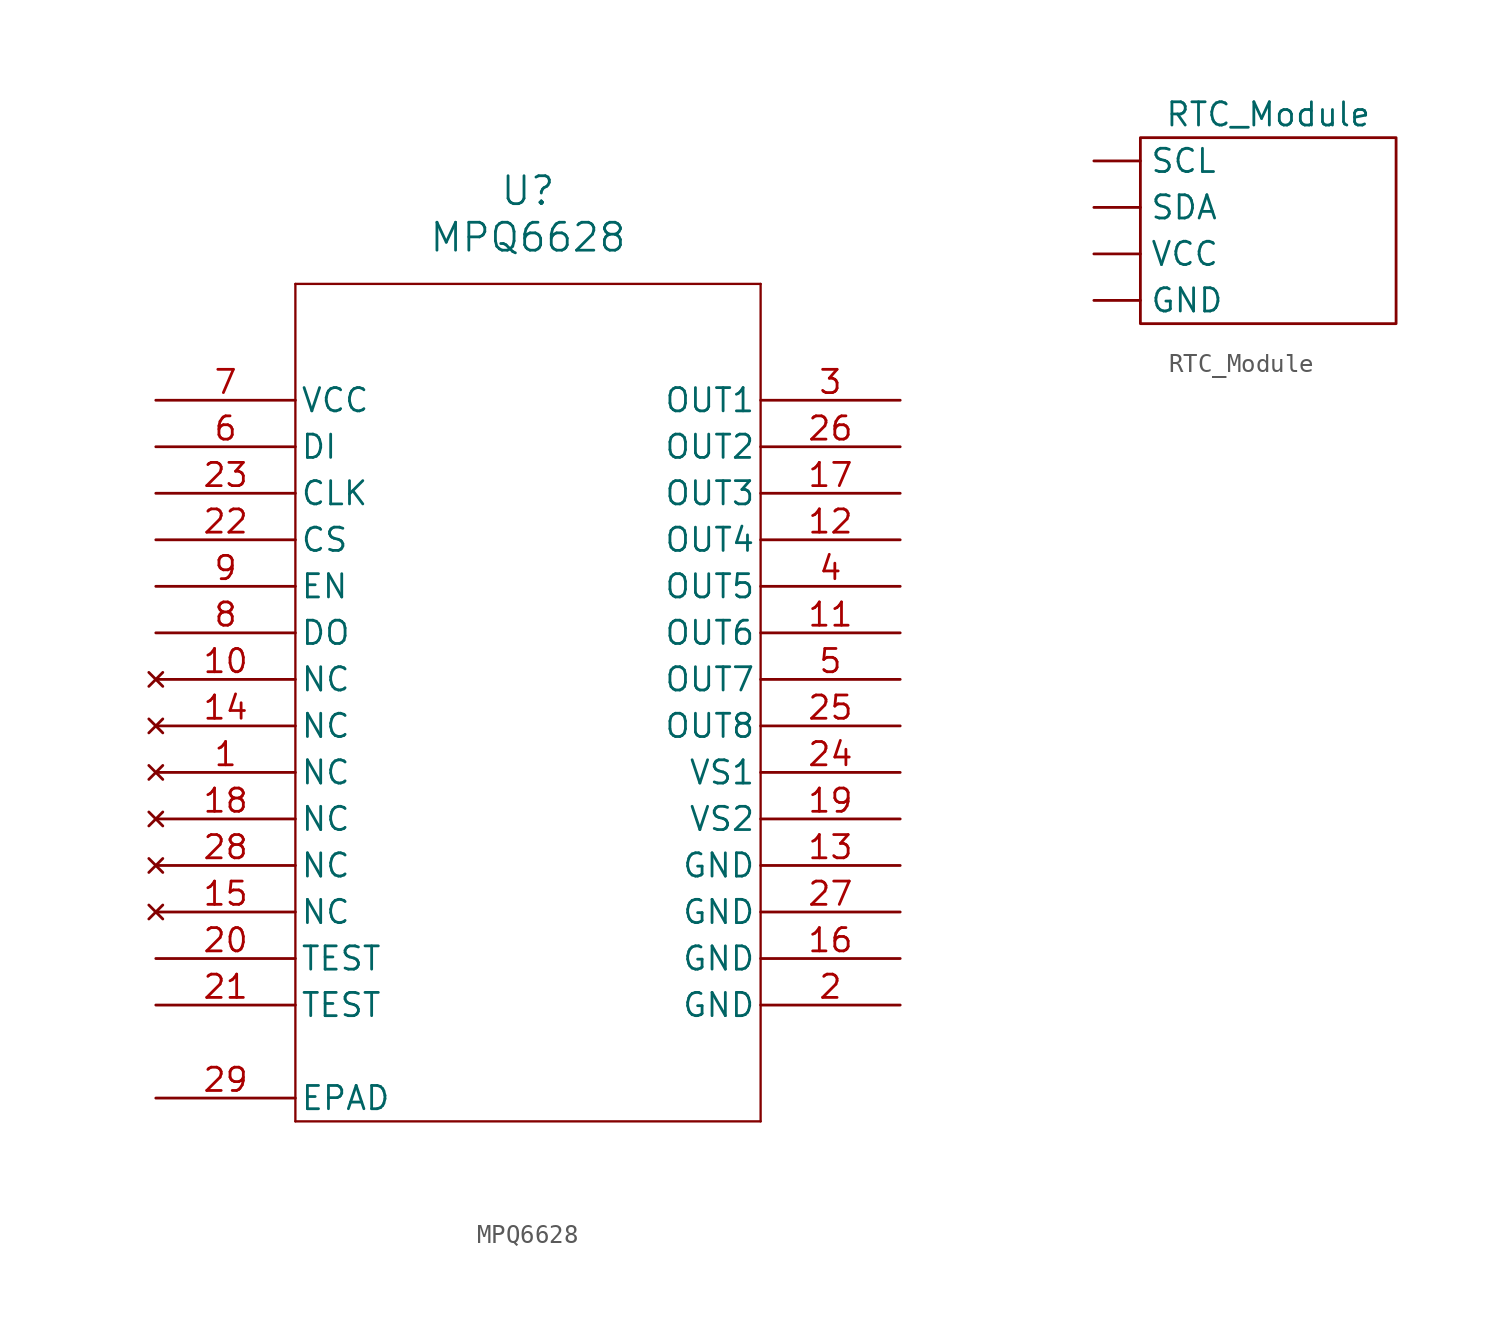
<source format=kicad_sym>
(kicad_symbol_lib
  (version 20220914)
  (generator kicad_symbol_editor)
  (symbol "MPQ6628"
    (pin_names
      (offset 0.254))
    (property "Reference" "U"
      (at 20.32 10.16 0)
      (effects (font (size 1.524 1.524))))
    (property "Value" "MPQ6628"
      (at 20.32 7.62 0)
      (effects (font (size 1.524 1.524))))
    (property "ki_locked" ""
      (at 0 0 0)
      (effects (font (size 1.27 1.27))))
    (symbol "MPQ6628_0_1"
      (polyline (pts (xy 7.62 -40.64) (xy 33.02 -40.64)) (stroke (width 0.127) (type default)) (fill (type none)))
      (polyline (pts (xy 7.62 5.08) (xy 7.62 -40.64)) (stroke (width 0.127) (type default)) (fill (type none)))
      (polyline (pts (xy 33.02 -40.64) (xy 33.02 5.08)) (stroke (width 0.127) (type default)) (fill (type none)))
      (polyline (pts (xy 33.02 5.08) (xy 7.62 5.08)) (stroke (width 0.127) (type default)) (fill (type none)))
      (pin no_connect line (at 0 -21.59 0) (length 7.62) (name "NC" (effects (font (size 1.27 1.27)))) (number "1" (effects (font (size 1.27 1.27)))))
      (pin no_connect line (at 0 -16.51 0) (length 7.62) (name "NC" (effects (font (size 1.27 1.27)))) (number "10" (effects (font (size 1.27 1.27)))))
      (pin output line (at 40.64 -13.97 180) (length 7.62) (name "OUT6" (effects (font (size 1.27 1.27)))) (number "11" (effects (font (size 1.27 1.27)))))
      (pin output line (at 40.64 -8.89 180) (length 7.62) (name "OUT4" (effects (font (size 1.27 1.27)))) (number "12" (effects (font (size 1.27 1.27)))))
      (pin power_in line (at 40.64 -26.67 180) (length 7.62) (name "GND" (effects (font (size 1.27 1.27)))) (number "13" (effects (font (size 1.27 1.27)))))
      (pin no_connect line (at 0 -19.05 0) (length 7.62) (name "NC" (effects (font (size 1.27 1.27)))) (number "14" (effects (font (size 1.27 1.27)))))
      (pin no_connect line (at 0 -29.21 0) (length 7.62) (name "NC" (effects (font (size 1.27 1.27)))) (number "15" (effects (font (size 1.27 1.27)))))
      (pin power_in line (at 40.64 -31.75 180) (length 7.62) (name "GND" (effects (font (size 1.27 1.27)))) (number "16" (effects (font (size 1.27 1.27)))))
      (pin output line (at 40.64 -6.35 180) (length 7.62) (name "OUT3" (effects (font (size 1.27 1.27)))) (number "17" (effects (font (size 1.27 1.27)))))
      (pin no_connect line (at 0 -24.13 0) (length 7.62) (name "NC" (effects (font (size 1.27 1.27)))) (number "18" (effects (font (size 1.27 1.27)))))
      (pin power_in line (at 40.64 -24.13 180) (length 7.62) (name "VS2" (effects (font (size 1.27 1.27)))) (number "19" (effects (font (size 1.27 1.27)))))
      (pin power_in line (at 40.64 -34.29 180) (length 7.62) (name "GND" (effects (font (size 1.27 1.27)))) (number "2" (effects (font (size 1.27 1.27)))))
      (pin unspecified line (at 0 -31.75 0) (length 7.62) (name "TEST" (effects (font (size 1.27 1.27)))) (number "20" (effects (font (size 1.27 1.27)))))
      (pin unspecified line (at 0 -34.29 0) (length 7.62) (name "TEST" (effects (font (size 1.27 1.27)))) (number "21" (effects (font (size 1.27 1.27)))))
      (pin input line (at 0 -8.89 0) (length 7.62) (name "CS" (effects (font (size 1.27 1.27)))) (number "22" (effects (font (size 1.27 1.27)))))
      (pin input line (at 0 -6.35 0) (length 7.62) (name "CLK" (effects (font (size 1.27 1.27)))) (number "23" (effects (font (size 1.27 1.27)))))
      (pin power_in line (at 40.64 -21.59 180) (length 7.62) (name "VS1" (effects (font (size 1.27 1.27)))) (number "24" (effects (font (size 1.27 1.27)))))
      (pin output line (at 40.64 -19.05 180) (length 7.62) (name "OUT8" (effects (font (size 1.27 1.27)))) (number "25" (effects (font (size 1.27 1.27)))))
      (pin output line (at 40.64 -3.81 180) (length 7.62) (name "OUT2" (effects (font (size 1.27 1.27)))) (number "26" (effects (font (size 1.27 1.27)))))
      (pin power_in line (at 40.64 -29.21 180) (length 7.62) (name "GND" (effects (font (size 1.27 1.27)))) (number "27" (effects (font (size 1.27 1.27)))))
      (pin no_connect line (at 0 -26.67 0) (length 7.62) (name "NC" (effects (font (size 1.27 1.27)))) (number "28" (effects (font (size 1.27 1.27)))))
      (pin free line (at 0 -39.37 0) (length 7.62) (name "EPAD" (effects (font (size 1.27 1.27)))) (number "29" (effects (font (size 1.27 1.27)))))
      (pin output line (at 40.64 -1.27 180) (length 7.62) (name "OUT1" (effects (font (size 1.27 1.27)))) (number "3" (effects (font (size 1.27 1.27)))))
      (pin output line (at 40.64 -11.43 180) (length 7.62) (name "OUT5" (effects (font (size 1.27 1.27)))) (number "4" (effects (font (size 1.27 1.27)))))
      (pin output line (at 40.64 -16.51 180) (length 7.62) (name "OUT7" (effects (font (size 1.27 1.27)))) (number "5" (effects (font (size 1.27 1.27)))))
      (pin input line (at 0 -3.81 0) (length 7.62) (name "DI" (effects (font (size 1.27 1.27)))) (number "6" (effects (font (size 1.27 1.27)))))
      (pin power_in line (at 0 -1.27 0) (length 7.62) (name "VCC" (effects (font (size 1.27 1.27)))) (number "7" (effects (font (size 1.27 1.27)))))
      (pin output line (at 0 -13.97 0) (length 7.62) (name "DO" (effects (font (size 1.27 1.27)))) (number "8" (effects (font (size 1.27 1.27)))))
      (pin unspecified line (at 0 -11.43 0) (length 7.62) (name "EN" (effects (font (size 1.27 1.27)))) (number "9" (effects (font (size 1.27 1.27)))))))
  (symbol "RTC_Module"
    (property "Reference" "U"
      (at 5.08 0 0)
      (effects (font (size 1.27 1.27)) hide))
    (property "Value" "RTC_Module"
      (at 0 5.715 0)
      (effects (font (size 1.27 1.27))))
    (symbol "RTC_Module_0_1"
      (rectangle (start -6.985 4.445) (end 6.985 -5.715) (stroke (width 0) (type default)) (fill (type none))))
    (symbol "RTC_Module_1_1"
      (pin power_in line (at -9.525 -4.445 0) (length 2.54) (name "GND" (effects (font (size 1.27 1.27)))) (number "" (effects (font (size 1.27 1.27)))))
      (pin input line (at -9.525 3.175 0) (length 2.54) (name "SCL" (effects (font (size 1.27 1.27)))) (number "" (effects (font (size 1.27 1.27)))))
      (pin bidirectional line (at -9.525 0.635 0) (length 2.54) (name "SDA" (effects (font (size 1.27 1.27)))) (number "" (effects (font (size 1.27 1.27)))))
      (pin power_in line (at -9.525 -1.905 0) (length 2.54) (name "VCC" (effects (font (size 1.27 1.27)))) (number "" (effects (font (size 1.27 1.27))))))))
</source>
